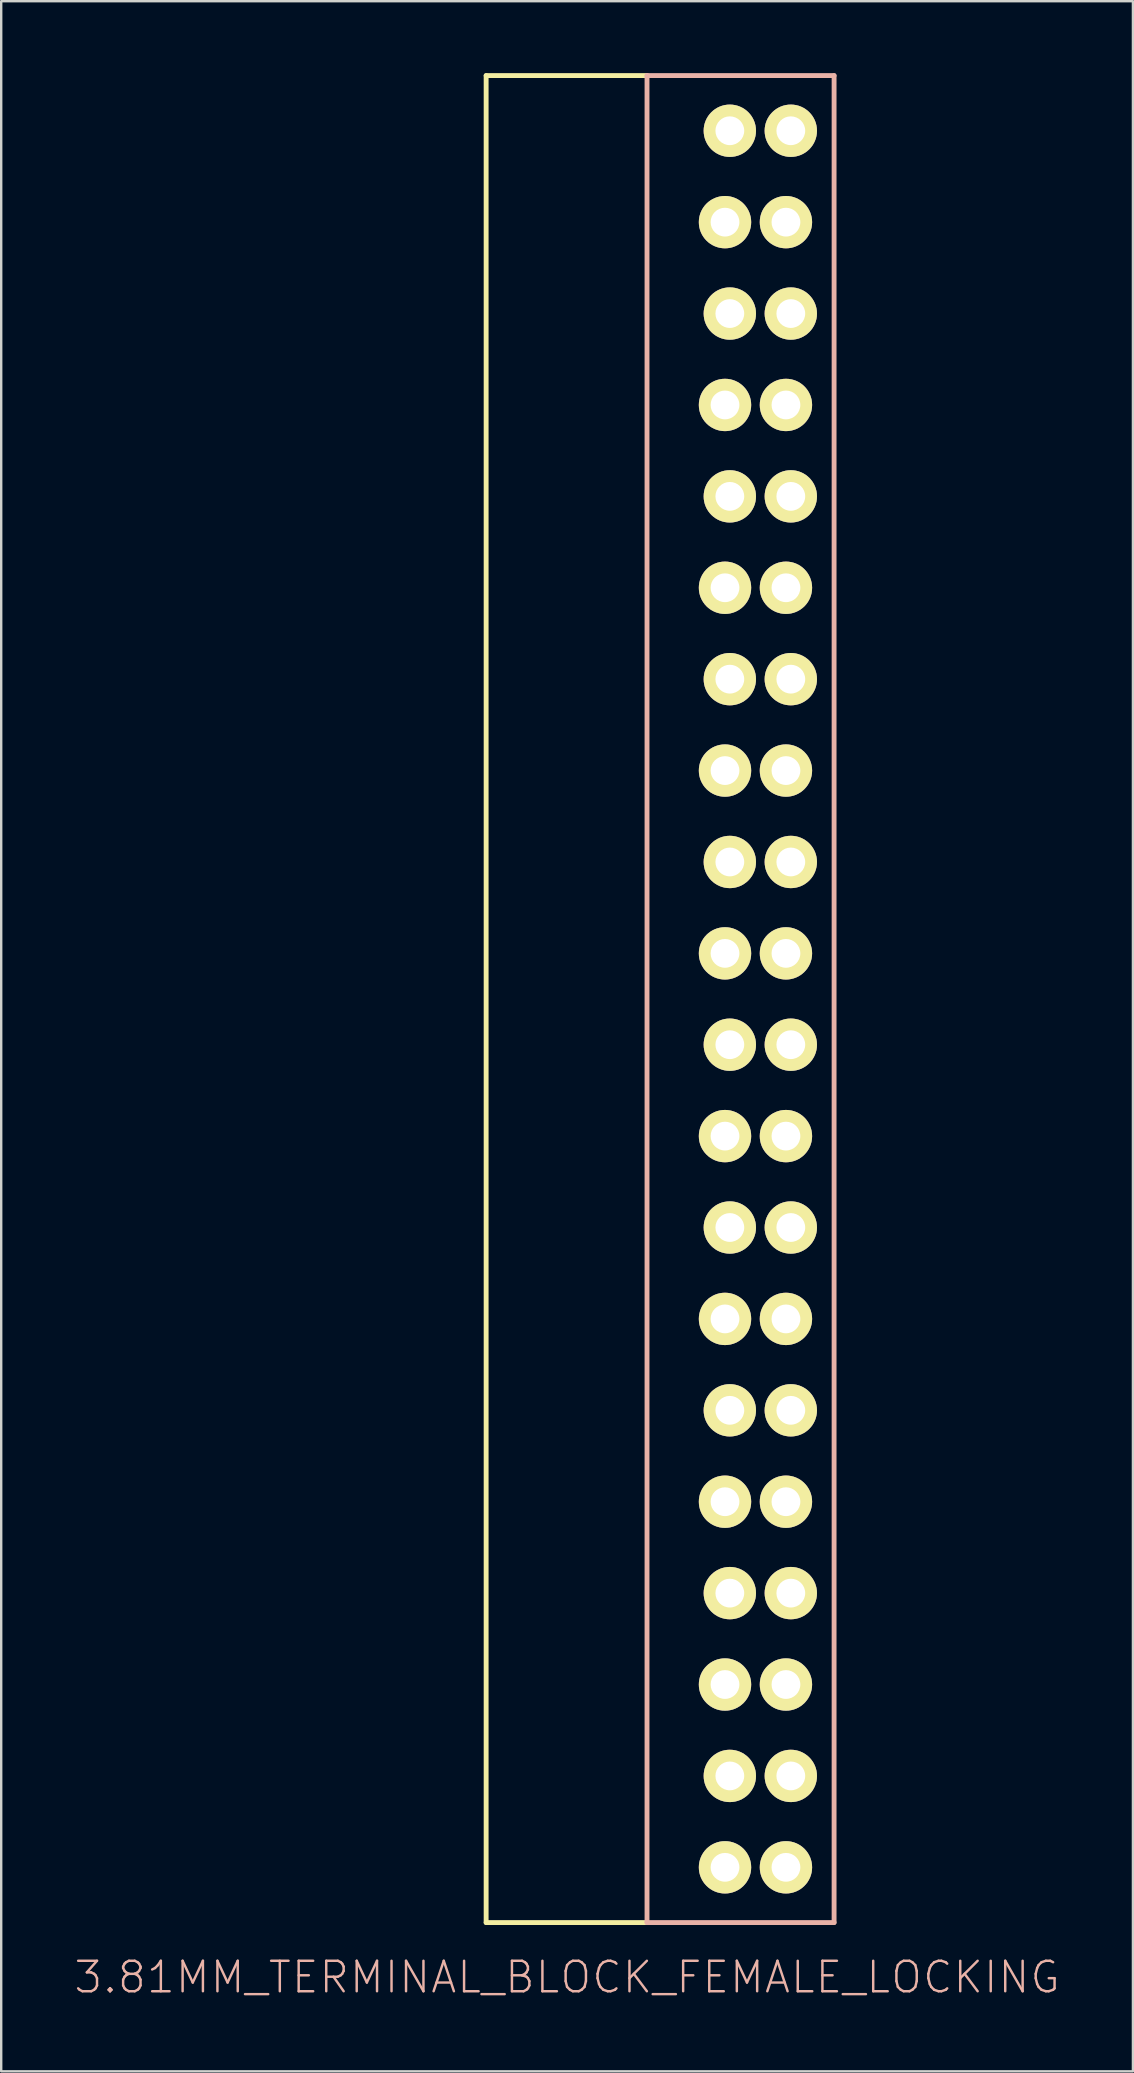
<source format=kicad_pcb>
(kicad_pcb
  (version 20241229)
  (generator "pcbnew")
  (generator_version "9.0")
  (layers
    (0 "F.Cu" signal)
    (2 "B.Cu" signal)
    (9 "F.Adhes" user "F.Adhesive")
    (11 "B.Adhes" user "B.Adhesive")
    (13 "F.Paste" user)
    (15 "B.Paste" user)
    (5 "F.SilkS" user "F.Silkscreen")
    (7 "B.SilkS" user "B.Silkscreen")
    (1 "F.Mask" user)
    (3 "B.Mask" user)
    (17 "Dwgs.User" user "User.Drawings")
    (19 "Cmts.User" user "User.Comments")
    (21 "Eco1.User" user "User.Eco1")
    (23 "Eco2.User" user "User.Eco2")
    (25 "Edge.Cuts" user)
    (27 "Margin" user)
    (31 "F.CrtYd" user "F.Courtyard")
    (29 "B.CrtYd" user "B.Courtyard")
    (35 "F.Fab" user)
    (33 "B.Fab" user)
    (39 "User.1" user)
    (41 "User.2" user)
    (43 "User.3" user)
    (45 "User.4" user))
  (footprint "3.81MM_TERMINAL_BLOCK_FEMALE_LOCKING"
    (layer "F.Cu")
    (at 25.19 38.595)
    (property "Reference" "3.81MM_TERMINAL_BLOCK_FEMALE_LOCKING" (at -4.602 40.775 0) (layer "B.SilkS") (effects (font (size 1.27 1.27) (thickness 0.102))))
    (attr exclude_from_pos_files exclude_from_bom)
    (fp_line (start -7.976 -38.494) (end -7.976 38.494) (stroke (width 0.203) (type solid)) (layer "F.SilkS"))
    (fp_line (start -1.27 -38.494) (end -7.976 -38.494) (stroke (width 0.203) (type solid)) (layer "F.SilkS"))
    (fp_line (start -1.27 38.494) (end -7.976 38.494) (stroke (width 0.203) (type solid)) (layer "F.SilkS"))
    (fp_line (start 1.613 -36.411) (end 2.553 -36.411) (stroke (width 0.066) (type solid)) (layer "F.SilkS"))
    (fp_line (start 1.613 -35.979) (end 1.613 -36.411) (stroke (width 0.066) (type solid)) (layer "F.SilkS"))
    (fp_line (start 1.613 -35.979) (end 2.553 -35.979) (stroke (width 0.066) (type solid)) (layer "F.SilkS"))
    (fp_line (start 1.613 -32.601) (end 2.553 -32.601) (stroke (width 0.066) (type solid)) (layer "F.SilkS"))
    (fp_line (start 1.613 -32.169) (end 1.613 -32.601) (stroke (width 0.066) (type solid)) (layer "F.SilkS"))
    (fp_line (start 1.613 -32.169) (end 2.553 -32.169) (stroke (width 0.066) (type solid)) (layer "F.SilkS"))
    (fp_line (start 1.613 -28.791) (end 2.553 -28.791) (stroke (width 0.066) (type solid)) (layer "F.SilkS"))
    (fp_line (start 1.613 -28.359) (end 1.613 -28.791) (stroke (width 0.066) (type solid)) (layer "F.SilkS"))
    (fp_line (start 1.613 -28.359) (end 2.553 -28.359) (stroke (width 0.066) (type solid)) (layer "F.SilkS"))
    (fp_line (start 1.613 -24.981) (end 2.553 -24.981) (stroke (width 0.066) (type solid)) (layer "F.SilkS"))
    (fp_line (start 1.613 -24.549) (end 1.613 -24.981) (stroke (width 0.066) (type solid)) (layer "F.SilkS"))
    (fp_line (start 1.613 -24.549) (end 2.553 -24.549) (stroke (width 0.066) (type solid)) (layer "F.SilkS"))
    (fp_line (start 1.613 -21.171) (end 2.553 -21.171) (stroke (width 0.066) (type solid)) (layer "F.SilkS"))
    (fp_line (start 1.613 -20.739) (end 1.613 -21.171) (stroke (width 0.066) (type solid)) (layer "F.SilkS"))
    (fp_line (start 1.613 -20.739) (end 2.553 -20.739) (stroke (width 0.066) (type solid)) (layer "F.SilkS"))
    (fp_line (start 1.613 -17.361) (end 2.553 -17.361) (stroke (width 0.066) (type solid)) (layer "F.SilkS"))
    (fp_line (start 1.613 -16.929) (end 1.613 -17.361) (stroke (width 0.066) (type solid)) (layer "F.SilkS"))
    (fp_line (start 1.613 -16.929) (end 2.553 -16.929) (stroke (width 0.066) (type solid)) (layer "F.SilkS"))
    (fp_line (start 1.613 -13.551) (end 2.553 -13.551) (stroke (width 0.066) (type solid)) (layer "F.SilkS"))
    (fp_line (start 1.613 -13.119) (end 1.613 -13.551) (stroke (width 0.066) (type solid)) (layer "F.SilkS"))
    (fp_line (start 1.613 -13.119) (end 2.553 -13.119) (stroke (width 0.066) (type solid)) (layer "F.SilkS"))
    (fp_line (start 1.613 -9.741) (end 2.553 -9.741) (stroke (width 0.066) (type solid)) (layer "F.SilkS"))
    (fp_line (start 1.613 -9.309) (end 1.613 -9.741) (stroke (width 0.066) (type solid)) (layer "F.SilkS"))
    (fp_line (start 1.613 -9.309) (end 2.553 -9.309) (stroke (width 0.066) (type solid)) (layer "F.SilkS"))
    (fp_line (start 1.613 -5.931) (end 2.553 -5.931) (stroke (width 0.066) (type solid)) (layer "F.SilkS"))
    (fp_line (start 1.613 -5.499) (end 1.613 -5.931) (stroke (width 0.066) (type solid)) (layer "F.SilkS"))
    (fp_line (start 1.613 -5.499) (end 2.553 -5.499) (stroke (width 0.066) (type solid)) (layer "F.SilkS"))
    (fp_line (start 1.613 -2.121) (end 2.553 -2.121) (stroke (width 0.066) (type solid)) (layer "F.SilkS"))
    (fp_line (start 1.613 -1.689) (end 1.613 -2.121) (stroke (width 0.066) (type solid)) (layer "F.SilkS"))
    (fp_line (start 1.613 -1.689) (end 2.553 -1.689) (stroke (width 0.066) (type solid)) (layer "F.SilkS"))
    (fp_line (start 1.613 1.687) (end 2.553 1.687) (stroke (width 0.066) (type solid)) (layer "F.SilkS"))
    (fp_line (start 1.613 2.118) (end 1.613 1.687) (stroke (width 0.066) (type solid)) (layer "F.SilkS"))
    (fp_line (start 1.613 2.118) (end 2.553 2.118) (stroke (width 0.066) (type solid)) (layer "F.SilkS"))
    (fp_line (start 1.613 5.497) (end 2.553 5.497) (stroke (width 0.066) (type solid)) (layer "F.SilkS"))
    (fp_line (start 1.613 5.928) (end 1.613 5.497) (stroke (width 0.066) (type solid)) (layer "F.SilkS"))
    (fp_line (start 1.613 5.928) (end 2.553 5.928) (stroke (width 0.066) (type solid)) (layer "F.SilkS"))
    (fp_line (start 1.613 9.307) (end 2.553 9.307) (stroke (width 0.066) (type solid)) (layer "F.SilkS"))
    (fp_line (start 1.613 9.738) (end 1.613 9.307) (stroke (width 0.066) (type solid)) (layer "F.SilkS"))
    (fp_line (start 1.613 9.738) (end 2.553 9.738) (stroke (width 0.066) (type solid)) (layer "F.SilkS"))
    (fp_line (start 1.613 13.117) (end 2.553 13.117) (stroke (width 0.066) (type solid)) (layer "F.SilkS"))
    (fp_line (start 1.613 13.548) (end 1.613 13.117) (stroke (width 0.066) (type solid)) (layer "F.SilkS"))
    (fp_line (start 1.613 13.548) (end 2.553 13.548) (stroke (width 0.066) (type solid)) (layer "F.SilkS"))
    (fp_line (start 1.613 16.927) (end 2.553 16.927) (stroke (width 0.066) (type solid)) (layer "F.SilkS"))
    (fp_line (start 1.613 17.358) (end 1.613 16.927) (stroke (width 0.066) (type solid)) (layer "F.SilkS"))
    (fp_line (start 1.613 17.358) (end 2.553 17.358) (stroke (width 0.066) (type solid)) (layer "F.SilkS"))
    (fp_line (start 1.613 20.737) (end 2.553 20.737) (stroke (width 0.066) (type solid)) (layer "F.SilkS"))
    (fp_line (start 1.613 21.168) (end 1.613 20.737) (stroke (width 0.066) (type solid)) (layer "F.SilkS"))
    (fp_line (start 1.613 21.168) (end 2.553 21.168) (stroke (width 0.066) (type solid)) (layer "F.SilkS"))
    (fp_line (start 1.613 24.547) (end 2.553 24.547) (stroke (width 0.066) (type solid)) (layer "F.SilkS"))
    (fp_line (start 1.613 24.978) (end 1.613 24.547) (stroke (width 0.066) (type solid)) (layer "F.SilkS"))
    (fp_line (start 1.613 24.978) (end 2.553 24.978) (stroke (width 0.066) (type solid)) (layer "F.SilkS"))
    (fp_line (start 1.613 28.357) (end 2.553 28.357) (stroke (width 0.066) (type solid)) (layer "F.SilkS"))
    (fp_line (start 1.613 28.788) (end 1.613 28.357) (stroke (width 0.066) (type solid)) (layer "F.SilkS"))
    (fp_line (start 1.613 28.788) (end 2.553 28.788) (stroke (width 0.066) (type solid)) (layer "F.SilkS"))
    (fp_line (start 1.613 32.167) (end 2.553 32.167) (stroke (width 0.066) (type solid)) (layer "F.SilkS"))
    (fp_line (start 1.613 32.598) (end 1.613 32.167) (stroke (width 0.066) (type solid)) (layer "F.SilkS"))
    (fp_line (start 1.613 32.598) (end 2.553 32.598) (stroke (width 0.066) (type solid)) (layer "F.SilkS"))
    (fp_line (start 1.613 35.977) (end 2.553 35.977) (stroke (width 0.066) (type solid)) (layer "F.SilkS"))
    (fp_line (start 1.613 36.408) (end 1.613 35.977) (stroke (width 0.066) (type solid)) (layer "F.SilkS"))
    (fp_line (start 1.613 36.408) (end 2.553 36.408) (stroke (width 0.066) (type solid)) (layer "F.SilkS"))
    (fp_line (start 2.553 -35.979) (end 2.553 -36.411) (stroke (width 0.066) (type solid)) (layer "F.SilkS"))
    (fp_line (start 2.553 -32.169) (end 2.553 -32.601) (stroke (width 0.066) (type solid)) (layer "F.SilkS"))
    (fp_line (start 2.553 -28.359) (end 2.553 -28.791) (stroke (width 0.066) (type solid)) (layer "F.SilkS"))
    (fp_line (start 2.553 -24.549) (end 2.553 -24.981) (stroke (width 0.066) (type solid)) (layer "F.SilkS"))
    (fp_line (start 2.553 -20.739) (end 2.553 -21.171) (stroke (width 0.066) (type solid)) (layer "F.SilkS"))
    (fp_line (start 2.553 -16.929) (end 2.553 -17.361) (stroke (width 0.066) (type solid)) (layer "F.SilkS"))
    (fp_line (start 2.553 -13.119) (end 2.553 -13.551) (stroke (width 0.066) (type solid)) (layer "F.SilkS"))
    (fp_line (start 2.553 -9.309) (end 2.553 -9.741) (stroke (width 0.066) (type solid)) (layer "F.SilkS"))
    (fp_line (start 2.553 -5.499) (end 2.553 -5.931) (stroke (width 0.066) (type solid)) (layer "F.SilkS"))
    (fp_line (start 2.553 -1.689) (end 2.553 -2.121) (stroke (width 0.066) (type solid)) (layer "F.SilkS"))
    (fp_line (start 2.553 2.118) (end 2.553 1.687) (stroke (width 0.066) (type solid)) (layer "F.SilkS"))
    (fp_line (start 2.553 5.928) (end 2.553 5.497) (stroke (width 0.066) (type solid)) (layer "F.SilkS"))
    (fp_line (start 2.553 9.738) (end 2.553 9.307) (stroke (width 0.066) (type solid)) (layer "F.SilkS"))
    (fp_line (start 2.553 13.548) (end 2.553 13.117) (stroke (width 0.066) (type solid)) (layer "F.SilkS"))
    (fp_line (start 2.553 17.358) (end 2.553 16.927) (stroke (width 0.066) (type solid)) (layer "F.SilkS"))
    (fp_line (start 2.553 21.168) (end 2.553 20.737) (stroke (width 0.066) (type solid)) (layer "F.SilkS"))
    (fp_line (start 2.553 24.978) (end 2.553 24.547) (stroke (width 0.066) (type solid)) (layer "F.SilkS"))
    (fp_line (start 2.553 28.788) (end 2.553 28.357) (stroke (width 0.066) (type solid)) (layer "F.SilkS"))
    (fp_line (start 2.553 32.598) (end 2.553 32.167) (stroke (width 0.066) (type solid)) (layer "F.SilkS"))
    (fp_line (start 2.553 36.408) (end 2.553 35.977) (stroke (width 0.066) (type solid)) (layer "F.SilkS"))
    (fp_line (start 4.153 -36.411) (end 5.093 -36.411) (stroke (width 0.066) (type solid)) (layer "F.SilkS"))
    (fp_line (start 4.153 -35.979) (end 4.153 -36.411) (stroke (width 0.066) (type solid)) (layer "F.SilkS"))
    (fp_line (start 4.153 -35.979) (end 5.093 -35.979) (stroke (width 0.066) (type solid)) (layer "F.SilkS"))
    (fp_line (start 4.153 -32.601) (end 5.093 -32.601) (stroke (width 0.066) (type solid)) (layer "F.SilkS"))
    (fp_line (start 4.153 -32.169) (end 4.153 -32.601) (stroke (width 0.066) (type solid)) (layer "F.SilkS"))
    (fp_line (start 4.153 -32.169) (end 5.093 -32.169) (stroke (width 0.066) (type solid)) (layer "F.SilkS"))
    (fp_line (start 4.153 -28.791) (end 5.093 -28.791) (stroke (width 0.066) (type solid)) (layer "F.SilkS"))
    (fp_line (start 4.153 -28.359) (end 4.153 -28.791) (stroke (width 0.066) (type solid)) (layer "F.SilkS"))
    (fp_line (start 4.153 -28.359) (end 5.093 -28.359) (stroke (width 0.066) (type solid)) (layer "F.SilkS"))
    (fp_line (start 4.153 -24.981) (end 5.093 -24.981) (stroke (width 0.066) (type solid)) (layer "F.SilkS"))
    (fp_line (start 4.153 -24.549) (end 4.153 -24.981) (stroke (width 0.066) (type solid)) (layer "F.SilkS"))
    (fp_line (start 4.153 -24.549) (end 5.093 -24.549) (stroke (width 0.066) (type solid)) (layer "F.SilkS"))
    (fp_line (start 4.153 -21.171) (end 5.093 -21.171) (stroke (width 0.066) (type solid)) (layer "F.SilkS"))
    (fp_line (start 4.153 -20.739) (end 4.153 -21.171) (stroke (width 0.066) (type solid)) (layer "F.SilkS"))
    (fp_line (start 4.153 -20.739) (end 5.093 -20.739) (stroke (width 0.066) (type solid)) (layer "F.SilkS"))
    (fp_line (start 4.153 -17.361) (end 5.093 -17.361) (stroke (width 0.066) (type solid)) (layer "F.SilkS"))
    (fp_line (start 4.153 -16.929) (end 4.153 -17.361) (stroke (width 0.066) (type solid)) (layer "F.SilkS"))
    (fp_line (start 4.153 -16.929) (end 5.093 -16.929) (stroke (width 0.066) (type solid)) (layer "F.SilkS"))
    (fp_line (start 4.153 -13.551) (end 5.093 -13.551) (stroke (width 0.066) (type solid)) (layer "F.SilkS"))
    (fp_line (start 4.153 -13.119) (end 4.153 -13.551) (stroke (width 0.066) (type solid)) (layer "F.SilkS"))
    (fp_line (start 4.153 -13.119) (end 5.093 -13.119) (stroke (width 0.066) (type solid)) (layer "F.SilkS"))
    (fp_line (start 4.153 -9.741) (end 5.093 -9.741) (stroke (width 0.066) (type solid)) (layer "F.SilkS"))
    (fp_line (start 4.153 -9.309) (end 4.153 -9.741) (stroke (width 0.066) (type solid)) (layer "F.SilkS"))
    (fp_line (start 4.153 -9.309) (end 5.093 -9.309) (stroke (width 0.066) (type solid)) (layer "F.SilkS"))
    (fp_line (start 4.153 -5.931) (end 5.093 -5.931) (stroke (width 0.066) (type solid)) (layer "F.SilkS"))
    (fp_line (start 4.153 -5.499) (end 4.153 -5.931) (stroke (width 0.066) (type solid)) (layer "F.SilkS"))
    (fp_line (start 4.153 -5.499) (end 5.093 -5.499) (stroke (width 0.066) (type solid)) (layer "F.SilkS"))
    (fp_line (start 4.153 -2.121) (end 5.093 -2.121) (stroke (width 0.066) (type solid)) (layer "F.SilkS"))
    (fp_line (start 4.153 -1.689) (end 4.153 -2.121) (stroke (width 0.066) (type solid)) (layer "F.SilkS"))
    (fp_line (start 4.153 -1.689) (end 5.093 -1.689) (stroke (width 0.066) (type solid)) (layer "F.SilkS"))
    (fp_line (start 4.153 1.687) (end 5.093 1.687) (stroke (width 0.066) (type solid)) (layer "F.SilkS"))
    (fp_line (start 4.153 2.118) (end 4.153 1.687) (stroke (width 0.066) (type solid)) (layer "F.SilkS"))
    (fp_line (start 4.153 2.118) (end 5.093 2.118) (stroke (width 0.066) (type solid)) (layer "F.SilkS"))
    (fp_line (start 4.153 5.497) (end 5.093 5.497) (stroke (width 0.066) (type solid)) (layer "F.SilkS"))
    (fp_line (start 4.153 5.928) (end 4.153 5.497) (stroke (width 0.066) (type solid)) (layer "F.SilkS"))
    (fp_line (start 4.153 5.928) (end 5.093 5.928) (stroke (width 0.066) (type solid)) (layer "F.SilkS"))
    (fp_line (start 4.153 9.307) (end 5.093 9.307) (stroke (width 0.066) (type solid)) (layer "F.SilkS"))
    (fp_line (start 4.153 9.738) (end 4.153 9.307) (stroke (width 0.066) (type solid)) (layer "F.SilkS"))
    (fp_line (start 4.153 9.738) (end 5.093 9.738) (stroke (width 0.066) (type solid)) (layer "F.SilkS"))
    (fp_line (start 4.153 13.117) (end 5.093 13.117) (stroke (width 0.066) (type solid)) (layer "F.SilkS"))
    (fp_line (start 4.153 13.548) (end 4.153 13.117) (stroke (width 0.066) (type solid)) (layer "F.SilkS"))
    (fp_line (start 4.153 13.548) (end 5.093 13.548) (stroke (width 0.066) (type solid)) (layer "F.SilkS"))
    (fp_line (start 4.153 16.927) (end 5.093 16.927) (stroke (width 0.066) (type solid)) (layer "F.SilkS"))
    (fp_line (start 4.153 17.358) (end 4.153 16.927) (stroke (width 0.066) (type solid)) (layer "F.SilkS"))
    (fp_line (start 4.153 17.358) (end 5.093 17.358) (stroke (width 0.066) (type solid)) (layer "F.SilkS"))
    (fp_line (start 4.153 20.737) (end 5.093 20.737) (stroke (width 0.066) (type solid)) (layer "F.SilkS"))
    (fp_line (start 4.153 21.168) (end 4.153 20.737) (stroke (width 0.066) (type solid)) (layer "F.SilkS"))
    (fp_line (start 4.153 21.168) (end 5.093 21.168) (stroke (width 0.066) (type solid)) (layer "F.SilkS"))
    (fp_line (start 4.153 24.547) (end 5.093 24.547) (stroke (width 0.066) (type solid)) (layer "F.SilkS"))
    (fp_line (start 4.153 24.978) (end 4.153 24.547) (stroke (width 0.066) (type solid)) (layer "F.SilkS"))
    (fp_line (start 4.153 24.978) (end 5.093 24.978) (stroke (width 0.066) (type solid)) (layer "F.SilkS"))
    (fp_line (start 4.153 28.357) (end 5.093 28.357) (stroke (width 0.066) (type solid)) (layer "F.SilkS"))
    (fp_line (start 4.153 28.788) (end 4.153 28.357) (stroke (width 0.066) (type solid)) (layer "F.SilkS"))
    (fp_line (start 4.153 28.788) (end 5.093 28.788) (stroke (width 0.066) (type solid)) (layer "F.SilkS"))
    (fp_line (start 4.153 32.167) (end 5.093 32.167) (stroke (width 0.066) (type solid)) (layer "F.SilkS"))
    (fp_line (start 4.153 32.598) (end 4.153 32.167) (stroke (width 0.066) (type solid)) (layer "F.SilkS"))
    (fp_line (start 4.153 32.598) (end 5.093 32.598) (stroke (width 0.066) (type solid)) (layer "F.SilkS"))
    (fp_line (start 4.153 35.977) (end 5.093 35.977) (stroke (width 0.066) (type solid)) (layer "F.SilkS"))
    (fp_line (start 4.153 36.408) (end 4.153 35.977) (stroke (width 0.066) (type solid)) (layer "F.SilkS"))
    (fp_line (start 4.153 36.408) (end 5.093 36.408) (stroke (width 0.066) (type solid)) (layer "F.SilkS"))
    (fp_line (start 5.093 -35.979) (end 5.093 -36.411) (stroke (width 0.066) (type solid)) (layer "F.SilkS"))
    (fp_line (start 5.093 -32.169) (end 5.093 -32.601) (stroke (width 0.066) (type solid)) (layer "F.SilkS"))
    (fp_line (start 5.093 -28.359) (end 5.093 -28.791) (stroke (width 0.066) (type solid)) (layer "F.SilkS"))
    (fp_line (start 5.093 -24.549) (end 5.093 -24.981) (stroke (width 0.066) (type solid)) (layer "F.SilkS"))
    (fp_line (start 5.093 -20.739) (end 5.093 -21.171) (stroke (width 0.066) (type solid)) (layer "F.SilkS"))
    (fp_line (start 5.093 -16.929) (end 5.093 -17.361) (stroke (width 0.066) (type solid)) (layer "F.SilkS"))
    (fp_line (start 5.093 -13.119) (end 5.093 -13.551) (stroke (width 0.066) (type solid)) (layer "F.SilkS"))
    (fp_line (start 5.093 -9.309) (end 5.093 -9.741) (stroke (width 0.066) (type solid)) (layer "F.SilkS"))
    (fp_line (start 5.093 -5.499) (end 5.093 -5.931) (stroke (width 0.066) (type solid)) (layer "F.SilkS"))
    (fp_line (start 5.093 -1.689) (end 5.093 -2.121) (stroke (width 0.066) (type solid)) (layer "F.SilkS"))
    (fp_line (start 5.093 2.118) (end 5.093 1.687) (stroke (width 0.066) (type solid)) (layer "F.SilkS"))
    (fp_line (start 5.093 5.928) (end 5.093 5.497) (stroke (width 0.066) (type solid)) (layer "F.SilkS"))
    (fp_line (start 5.093 9.738) (end 5.093 9.307) (stroke (width 0.066) (type solid)) (layer "F.SilkS"))
    (fp_line (start 5.093 13.548) (end 5.093 13.117) (stroke (width 0.066) (type solid)) (layer "F.SilkS"))
    (fp_line (start 5.093 17.358) (end 5.093 16.927) (stroke (width 0.066) (type solid)) (layer "F.SilkS"))
    (fp_line (start 5.093 21.168) (end 5.093 20.737) (stroke (width 0.066) (type solid)) (layer "F.SilkS"))
    (fp_line (start 5.093 24.978) (end 5.093 24.547) (stroke (width 0.066) (type solid)) (layer "F.SilkS"))
    (fp_line (start 5.093 28.788) (end 5.093 28.357) (stroke (width 0.066) (type solid)) (layer "F.SilkS"))
    (fp_line (start 5.093 32.598) (end 5.093 32.167) (stroke (width 0.066) (type solid)) (layer "F.SilkS"))
    (fp_line (start 5.093 36.408) (end 5.093 35.977) (stroke (width 0.066) (type solid)) (layer "F.SilkS"))
    (fp_line (start -1.27 -38.494) (end -1.27 38.494) (stroke (width 0.203) (type solid)) (layer "B.SilkS"))
    (fp_line (start -1.27 -38.494) (end 6.528 -38.494) (stroke (width 0.203) (type solid)) (layer "B.SilkS"))
    (fp_line (start -1.27 38.494) (end 6.528 38.494) (stroke (width 0.203) (type solid)) (layer "B.SilkS"))
    (fp_line (start 6.528 38.494) (end 6.528 -38.494) (stroke (width 0.203) (type solid)) (layer "B.SilkS"))
    (pad "1" thru_hole circle (at 4.521 36.192) (size 2.182 2.182) (drill 1.199) (layers "*.Cu" "F.Mask" "F.SilkS" "F.Paste"))
    (pad "2" thru_hole circle (at 4.724 32.382) (size 2.182 2.182) (drill 1.199) (layers "*.Cu" "F.Mask" "F.SilkS" "F.Paste"))
    (pad "3" thru_hole circle (at 4.521 28.572) (size 2.182 2.182) (drill 1.199) (layers "*.Cu" "F.Mask" "F.SilkS" "F.Paste"))
    (pad "4" thru_hole circle (at 4.724 24.762) (size 2.182 2.182) (drill 1.199) (layers "*.Cu" "F.Mask" "F.SilkS" "F.Paste"))
    (pad "5" thru_hole circle (at 4.521 20.952) (size 2.182 2.182) (drill 1.199) (layers "*.Cu" "F.Mask" "F.SilkS" "F.Paste"))
    (pad "6" thru_hole circle (at 4.724 17.142) (size 2.182 2.182) (drill 1.199) (layers "*.Cu" "F.Mask" "F.SilkS" "F.Paste"))
    (pad "7" thru_hole circle (at 4.521 13.332) (size 2.182 2.182) (drill 1.199) (layers "*.Cu" "F.Mask" "F.SilkS" "F.Paste"))
    (pad "8" thru_hole circle (at 4.724 9.522) (size 2.182 2.182) (drill 1.199) (layers "*.Cu" "F.Mask" "F.SilkS" "F.Paste"))
    (pad "9" thru_hole circle (at 4.521 5.712) (size 2.182 2.182) (drill 1.199) (layers "*.Cu" "F.Mask" "F.SilkS" "F.Paste"))
    (pad "10" thru_hole circle (at 4.724 1.902) (size 2.182 2.182) (drill 1.199) (layers "*.Cu" "F.Mask" "F.SilkS" "F.Paste"))
    (pad "11" thru_hole circle (at 4.521 -1.905) (size 2.182 2.182) (drill 1.199) (layers "*.Cu" "F.Mask" "F.SilkS" "F.Paste"))
    (pad "12" thru_hole circle (at 4.724 -5.715) (size 2.182 2.182) (drill 1.199) (layers "*.Cu" "F.Mask" "F.SilkS" "F.Paste"))
    (pad "13" thru_hole circle (at 4.521 -9.525) (size 2.182 2.182) (drill 1.199) (layers "*.Cu" "F.Mask" "F.SilkS" "F.Paste"))
    (pad "14" thru_hole circle (at 4.724 -13.335) (size 2.182 2.182) (drill 1.199) (layers "*.Cu" "F.Mask" "F.SilkS" "F.Paste"))
    (pad "15" thru_hole circle (at 4.521 -17.145) (size 2.182 2.182) (drill 1.199) (layers "*.Cu" "F.Mask" "F.SilkS" "F.Paste"))
    (pad "16" thru_hole circle (at 4.724 -20.955) (size 2.182 2.182) (drill 1.199) (layers "*.Cu" "F.Mask" "F.SilkS" "F.Paste"))
    (pad "17" thru_hole circle (at 4.521 -24.765) (size 2.182 2.182) (drill 1.199) (layers "*.Cu" "F.Mask" "F.SilkS" "F.Paste"))
    (pad "18" thru_hole circle (at 4.724 -28.575) (size 2.182 2.182) (drill 1.199) (layers "*.Cu" "F.Mask" "F.SilkS" "F.Paste"))
    (pad "19" thru_hole circle (at 4.521 -32.385) (size 2.182 2.182) (drill 1.199) (layers "*.Cu" "F.Mask" "F.SilkS" "F.Paste"))
    (pad "20" thru_hole circle (at 4.724 -36.195) (size 2.182 2.182) (drill 1.199) (layers "*.Cu" "F.Mask" "F.SilkS" "F.Paste"))
    (pad "@1" thru_hole circle (at 1.981 36.192) (size 2.182 2.182) (drill 1.199) (layers "*.Cu" "F.Mask" "F.SilkS" "F.Paste"))
    (pad "@2" thru_hole circle (at 2.182 32.382) (size 2.182 2.182) (drill 1.199) (layers "*.Cu" "F.Mask" "F.SilkS" "F.Paste"))
    (pad "@3" thru_hole circle (at 1.981 28.572) (size 2.182 2.182) (drill 1.199) (layers "*.Cu" "F.Mask" "F.SilkS" "F.Paste"))
    (pad "@4" thru_hole circle (at 2.182 24.762) (size 2.182 2.182) (drill 1.199) (layers "*.Cu" "F.Mask" "F.SilkS" "F.Paste"))
    (pad "@5" thru_hole circle (at 1.981 20.952) (size 2.182 2.182) (drill 1.199) (layers "*.Cu" "F.Mask" "F.SilkS" "F.Paste"))
    (pad "@6" thru_hole circle (at 2.182 17.142) (size 2.182 2.182) (drill 1.199) (layers "*.Cu" "F.Mask" "F.SilkS" "F.Paste"))
    (pad "@7" thru_hole circle (at 1.981 13.332) (size 2.182 2.182) (drill 1.199) (layers "*.Cu" "F.Mask" "F.SilkS" "F.Paste"))
    (pad "@8" thru_hole circle (at 2.182 9.522) (size 2.182 2.182) (drill 1.199) (layers "*.Cu" "F.Mask" "F.SilkS" "F.Paste"))
    (pad "@9" thru_hole circle (at 1.981 5.712) (size 2.182 2.182) (drill 1.199) (layers "*.Cu" "F.Mask" "F.SilkS" "F.Paste"))
    (pad "@10" thru_hole circle (at 2.182 1.902) (size 2.182 2.182) (drill 1.199) (layers "*.Cu" "F.Mask" "F.SilkS" "F.Paste"))
    (pad "@11" thru_hole circle (at 1.981 -1.905) (size 2.182 2.182) (drill 1.199) (layers "*.Cu" "F.Mask" "F.SilkS" "F.Paste"))
    (pad "@12" thru_hole circle (at 2.182 -5.715) (size 2.182 2.182) (drill 1.199) (layers "*.Cu" "F.Mask" "F.SilkS" "F.Paste"))
    (pad "@13" thru_hole circle (at 1.981 -9.525) (size 2.182 2.182) (drill 1.199) (layers "*.Cu" "F.Mask" "F.SilkS" "F.Paste"))
    (pad "@14" thru_hole circle (at 2.182 -13.335) (size 2.182 2.182) (drill 1.199) (layers "*.Cu" "F.Mask" "F.SilkS" "F.Paste"))
    (pad "@15" thru_hole circle (at 1.981 -17.145) (size 2.182 2.182) (drill 1.199) (layers "*.Cu" "F.Mask" "F.SilkS" "F.Paste"))
    (pad "@16" thru_hole circle (at 2.182 -20.955) (size 2.182 2.182) (drill 1.199) (layers "*.Cu" "F.Mask" "F.SilkS" "F.Paste"))
    (pad "@17" thru_hole circle (at 1.981 -24.765) (size 2.182 2.182) (drill 1.199) (layers "*.Cu" "F.Mask" "F.SilkS" "F.Paste"))
    (pad "@18" thru_hole circle (at 2.182 -28.575) (size 2.182 2.182) (drill 1.199) (layers "*.Cu" "F.Mask" "F.SilkS" "F.Paste"))
    (pad "@19" thru_hole circle (at 1.981 -32.385) (size 2.182 2.182) (drill 1.199) (layers "*.Cu" "F.Mask" "F.SilkS" "F.Paste"))
    (pad "@20" thru_hole circle (at 2.182 -36.195) (size 2.182 2.182) (drill 1.199) (layers "*.Cu" "F.Mask" "F.SilkS" "F.Paste")))
  (gr_rect
    (start -3 -3)
    (end 44.175 83.291)
    (stroke (width 0.1) (type default))
    (fill no)
    (layer "Edge.Cuts")))
</source>
